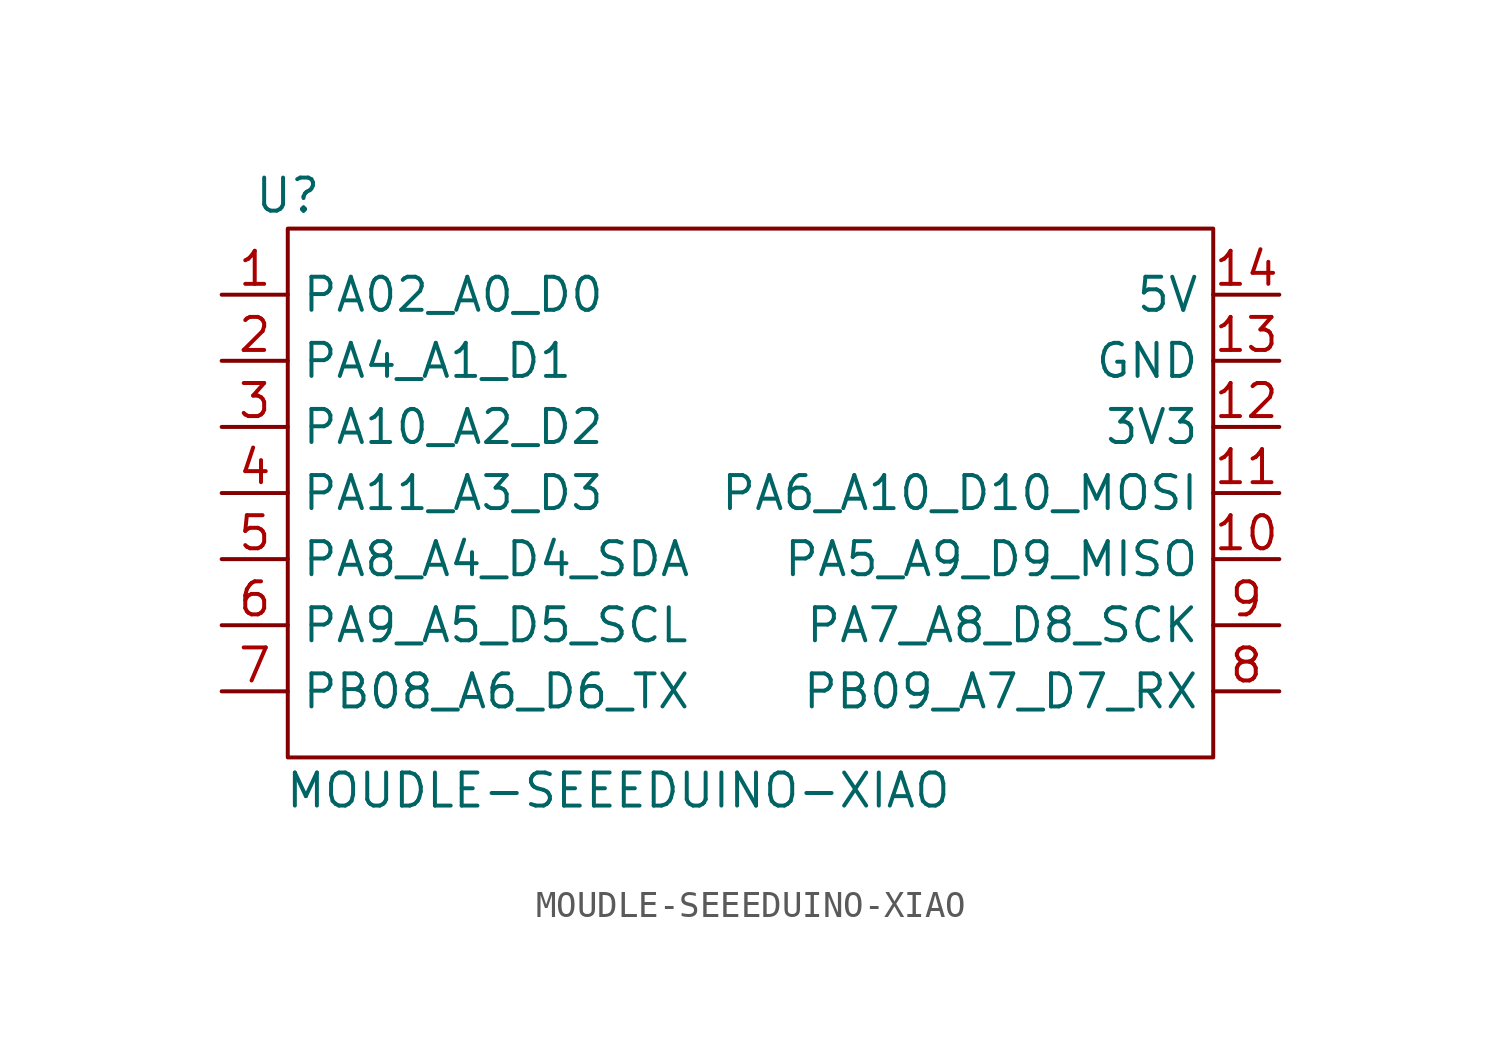
<source format=kicad_sym>
(kicad_symbol_lib
  (version 20220914)
  (generator kicad_symbol_editor)
  (symbol "MOUDLE-SEEEDUINO-XIAO"
    (property "Reference" "U"
      (at -16.51 11.43 0)
      (effects (font (size 1.27 1.27))))
    (property "Value" "MOUDLE-SEEEDUINO-XIAO"
      (at -3.81 -11.43 0)
      (effects (font (size 1.27 1.27))))
    (symbol "MOUDLE-SEEEDUINO-XIAO_0_1"
      (rectangle (start -16.51 10.16) (end 19.05 -10.16) (stroke (width 0) (type default)) (fill (type none))))
    (symbol "MOUDLE-SEEEDUINO-XIAO_1_1"
      (pin passive line (at -19.05 7.62 0) (length 2.54) (name "PA02_A0_D0" (effects (font (size 1.27 1.27)))) (number "1" (effects (font (size 1.27 1.27)))))
      (pin passive line (at 21.59 -2.54 180) (length 2.54) (name "PA5_A9_D9_MISO" (effects (font (size 1.27 1.27)))) (number "10" (effects (font (size 1.27 1.27)))))
      (pin passive line (at 21.59 0 180) (length 2.54) (name "PA6_A10_D10_MOSI" (effects (font (size 1.27 1.27)))) (number "11" (effects (font (size 1.27 1.27)))))
      (pin passive line (at 21.59 2.54 180) (length 2.54) (name "3V3" (effects (font (size 1.27 1.27)))) (number "12" (effects (font (size 1.27 1.27)))))
      (pin passive line (at 21.59 5.08 180) (length 2.54) (name "GND" (effects (font (size 1.27 1.27)))) (number "13" (effects (font (size 1.27 1.27)))))
      (pin passive line (at 21.59 7.62 180) (length 2.54) (name "5V" (effects (font (size 1.27 1.27)))) (number "14" (effects (font (size 1.27 1.27)))))
      (pin passive line (at -19.05 5.08 0) (length 2.54) (name "PA4_A1_D1" (effects (font (size 1.27 1.27)))) (number "2" (effects (font (size 1.27 1.27)))))
      (pin passive line (at -19.05 2.54 0) (length 2.54) (name "PA10_A2_D2" (effects (font (size 1.27 1.27)))) (number "3" (effects (font (size 1.27 1.27)))))
      (pin passive line (at -19.05 0 0) (length 2.54) (name "PA11_A3_D3" (effects (font (size 1.27 1.27)))) (number "4" (effects (font (size 1.27 1.27)))))
      (pin passive line (at -19.05 -2.54 0) (length 2.54) (name "PA8_A4_D4_SDA" (effects (font (size 1.27 1.27)))) (number "5" (effects (font (size 1.27 1.27)))))
      (pin passive line (at -19.05 -5.08 0) (length 2.54) (name "PA9_A5_D5_SCL" (effects (font (size 1.27 1.27)))) (number "6" (effects (font (size 1.27 1.27)))))
      (pin passive line (at -19.05 -7.62 0) (length 2.54) (name "PB08_A6_D6_TX" (effects (font (size 1.27 1.27)))) (number "7" (effects (font (size 1.27 1.27)))))
      (pin passive line (at 21.59 -7.62 180) (length 2.54) (name "PB09_A7_D7_RX" (effects (font (size 1.27 1.27)))) (number "8" (effects (font (size 1.27 1.27)))))
      (pin passive line (at 21.59 -5.08 180) (length 2.54) (name "PA7_A8_D8_SCK" (effects (font (size 1.27 1.27)))) (number "9" (effects (font (size 1.27 1.27))))))))
</source>
